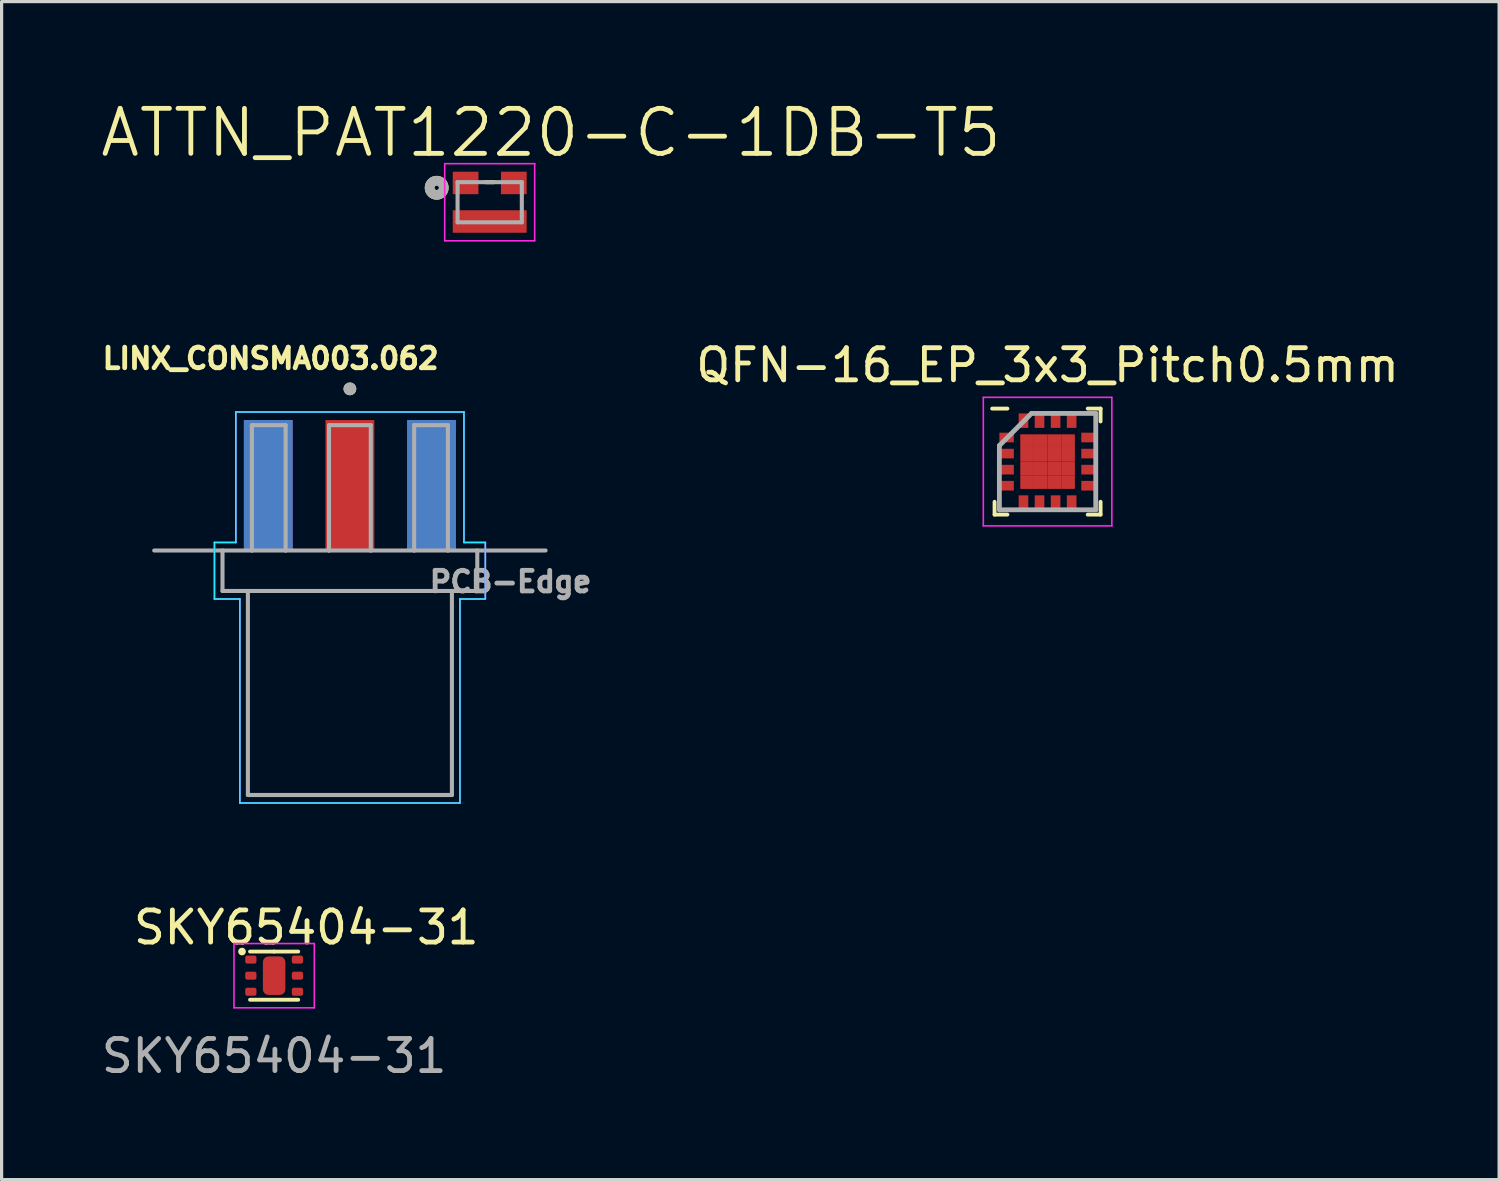
<source format=kicad_pcb>
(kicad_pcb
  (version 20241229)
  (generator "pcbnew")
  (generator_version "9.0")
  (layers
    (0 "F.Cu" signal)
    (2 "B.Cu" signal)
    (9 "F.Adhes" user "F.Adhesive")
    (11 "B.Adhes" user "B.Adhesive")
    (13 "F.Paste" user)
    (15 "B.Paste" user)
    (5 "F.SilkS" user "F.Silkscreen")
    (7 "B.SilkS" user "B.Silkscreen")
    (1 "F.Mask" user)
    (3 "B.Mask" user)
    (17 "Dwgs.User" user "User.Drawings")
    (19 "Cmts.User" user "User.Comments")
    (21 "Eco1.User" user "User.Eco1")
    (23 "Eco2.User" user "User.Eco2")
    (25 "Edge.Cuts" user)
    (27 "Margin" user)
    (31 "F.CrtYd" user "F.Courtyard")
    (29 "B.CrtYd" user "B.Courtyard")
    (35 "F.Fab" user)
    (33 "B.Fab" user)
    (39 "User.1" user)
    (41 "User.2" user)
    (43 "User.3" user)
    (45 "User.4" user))
  (footprint "LINX_CONSMA003.062"
    (layer "F.Cu")
    (at 7.84 14.083)
    (property "Reference" "LINX_CONSMA003.062" (at -2.468 -5.976 0) (layer "F.SilkS") (effects (font (size 0.64 0.64) (thickness 0.15))))
    (attr through_hole)
    (fp_circle (center 0 -5.03) (end 0.1 -5.03) (stroke (width 0.2) (type solid)) (fill no) (layer "F.SilkS"))
    (fp_line (start -4.215 -0.25) (end -4.215 1.51) (stroke (width 0.05) (type solid)) (layer "B.CrtYd"))
    (fp_line (start -4.215 1.51) (end -3.425 1.51) (stroke (width 0.05) (type solid)) (layer "B.CrtYd"))
    (fp_line (start -3.55 -4.31) (end -3.55 -0.25) (stroke (width 0.05) (type solid)) (layer "B.CrtYd"))
    (fp_line (start -3.55 -0.25) (end -4.215 -0.25) (stroke (width 0.05) (type solid)) (layer "B.CrtYd"))
    (fp_line (start -3.425 7.86) (end -3.425 1.51) (stroke (width 0.05) (type solid)) (layer "B.CrtYd"))
    (fp_line (start 3.425 1.51) (end 3.425 7.86) (stroke (width 0.05) (type solid)) (layer "B.CrtYd"))
    (fp_line (start 3.425 1.51) (end 4.215 1.51) (stroke (width 0.05) (type solid)) (layer "B.CrtYd"))
    (fp_line (start 3.425 7.86) (end -3.425 7.86) (stroke (width 0.05) (type solid)) (layer "B.CrtYd"))
    (fp_line (start 3.55 -4.31) (end -3.55 -4.31) (stroke (width 0.05) (type solid)) (layer "B.CrtYd"))
    (fp_line (start 3.55 -0.25) (end 3.55 -4.31) (stroke (width 0.05) (type solid)) (layer "B.CrtYd"))
    (fp_line (start 4.215 -0.25) (end 3.55 -0.25) (stroke (width 0.05) (type solid)) (layer "B.CrtYd"))
    (fp_line (start 4.215 1.51) (end 4.215 -0.25) (stroke (width 0.05) (type solid)) (layer "B.CrtYd"))
    (fp_line (start -4.215 -0.25) (end -4.215 1.51) (stroke (width 0.05) (type solid)) (layer "F.CrtYd"))
    (fp_line (start -4.215 1.51) (end -3.425 1.51) (stroke (width 0.05) (type solid)) (layer "F.CrtYd"))
    (fp_line (start -3.55 -4.31) (end -3.55 -0.25) (stroke (width 0.05) (type solid)) (layer "F.CrtYd"))
    (fp_line (start -3.55 -0.25) (end -4.215 -0.25) (stroke (width 0.05) (type solid)) (layer "F.CrtYd"))
    (fp_line (start -3.425 1.51) (end -3.425 7.86) (stroke (width 0.05) (type solid)) (layer "F.CrtYd"))
    (fp_line (start -3.425 7.86) (end 3.425 7.86) (stroke (width 0.05) (type solid)) (layer "F.CrtYd"))
    (fp_line (start 3.425 1.51) (end 4.215 1.51) (stroke (width 0.05) (type solid)) (layer "F.CrtYd"))
    (fp_line (start 3.425 7.86) (end 3.425 1.51) (stroke (width 0.05) (type solid)) (layer "F.CrtYd"))
    (fp_line (start 3.55 -4.31) (end -3.55 -4.31) (stroke (width 0.05) (type solid)) (layer "F.CrtYd"))
    (fp_line (start 3.55 -0.25) (end 3.55 -4.31) (stroke (width 0.05) (type solid)) (layer "F.CrtYd"))
    (fp_line (start 4.215 -0.25) (end 3.55 -0.25) (stroke (width 0.05) (type solid)) (layer "F.CrtYd"))
    (fp_line (start 4.215 1.51) (end 4.215 -0.25) (stroke (width 0.05) (type solid)) (layer "F.CrtYd"))
    (fp_line (start -6.09 0) (end -3.05 0) (stroke (width 0.127) (type solid)) (layer "F.Fab"))
    (fp_line (start -3.965 0) (end -3.965 1.26) (stroke (width 0.127) (type solid)) (layer "F.Fab"))
    (fp_line (start -3.965 1.26) (end -3.175 1.26) (stroke (width 0.127) (type solid)) (layer "F.Fab"))
    (fp_line (start -3.175 1.26) (end -3.175 7.61) (stroke (width 0.127) (type solid)) (layer "F.Fab"))
    (fp_line (start -3.175 1.26) (end 3.175 1.26) (stroke (width 0.127) (type solid)) (layer "F.Fab"))
    (fp_line (start -3.175 7.61) (end 3.175 7.61) (stroke (width 0.127) (type solid)) (layer "F.Fab"))
    (fp_line (start -3.05 -3.9) (end -3.05 0) (stroke (width 0.127) (type solid)) (layer "F.Fab"))
    (fp_line (start -3.05 0) (end -2 0) (stroke (width 0.127) (type solid)) (layer "F.Fab"))
    (fp_line (start -2 -3.9) (end -3.05 -3.9) (stroke (width 0.127) (type solid)) (layer "F.Fab"))
    (fp_line (start -2 0) (end -2 -3.9) (stroke (width 0.127) (type solid)) (layer "F.Fab"))
    (fp_line (start -2 0) (end -0.65 0) (stroke (width 0.127) (type solid)) (layer "F.Fab"))
    (fp_line (start -0.65 -3.9) (end 0.65 -3.9) (stroke (width 0.127) (type solid)) (layer "F.Fab"))
    (fp_line (start -0.65 0) (end -0.65 -3.9) (stroke (width 0.127) (type solid)) (layer "F.Fab"))
    (fp_line (start -0.65 0) (end 0.65 0) (stroke (width 0.127) (type solid)) (layer "F.Fab"))
    (fp_line (start 0.65 -3.9) (end 0.65 0) (stroke (width 0.127) (type solid)) (layer "F.Fab"))
    (fp_line (start 0.65 0) (end 2 0) (stroke (width 0.127) (type solid)) (layer "F.Fab"))
    (fp_line (start 2 -3.9) (end 3.05 -3.9) (stroke (width 0.127) (type solid)) (layer "F.Fab"))
    (fp_line (start 2 0) (end 2 -3.9) (stroke (width 0.127) (type solid)) (layer "F.Fab"))
    (fp_line (start 2 0) (end 3.05 0) (stroke (width 0.127) (type solid)) (layer "F.Fab"))
    (fp_line (start 3.05 -3.9) (end 3.05 0) (stroke (width 0.127) (type solid)) (layer "F.Fab"))
    (fp_line (start 3.05 0) (end 6.09 0) (stroke (width 0.127) (type solid)) (layer "F.Fab"))
    (fp_line (start 3.175 1.26) (end 3.965 1.26) (stroke (width 0.127) (type solid)) (layer "F.Fab"))
    (fp_line (start 3.175 7.61) (end 3.175 1.26) (stroke (width 0.127) (type solid)) (layer "F.Fab"))
    (fp_line (start 3.965 1.26) (end 3.965 0) (stroke (width 0.127) (type solid)) (layer "F.Fab"))
    (fp_circle (center 0 -5.03) (end 0.1 -5.03) (stroke (width 0.2) (type solid)) (fill no) (layer "F.Fab"))
    (fp_text user "PCB-Edge" (at 5 0.97 0) (layer "F.Fab") (effects (font (size 0.64 0.64) (thickness 0.15))))
    (pad "1" smd rect (at 0 -2.03) (size 1.52 4.06) (layers "F.Cu" "F.Mask" "F.Paste"))
    (pad "2" smd rect (at -2.54 -2.03) (size 1.52 4.06) (layers "F.Cu" "F.Mask" "F.Paste"))
    (pad "2" smd rect (at -2.54 -2.03) (size 1.52 4.06) (layers "B.Cu" "B.Mask" "B.Paste"))
    (pad "2" smd rect (at 2.54 -2.03) (size 1.52 4.06) (layers "F.Cu" "F.Mask" "F.Paste"))
    (pad "2" smd rect (at 2.54 -2.03) (size 1.52 4.06) (layers "B.Cu" "B.Mask" "B.Paste")))
  (footprint "QFN-16_EP_3x3_Pitch0.5mm"
    (layer "F.Cu")
    (at 29.554 11.317)
    (property "Reference" "QFN-16_EP_3x3_Pitch0.5mm" (at 0 -3 0) (layer "F.SilkS") (effects (font (size 1 1) (thickness 0.15))))
    (attr through_hole)
    (fp_line (start -1.65 1.65) (end -1.65 1.25) (stroke (width 0.12) (type solid)) (layer "F.SilkS"))
    (fp_line (start -1.25 -1.65) (end -1.725 -1.65) (stroke (width 0.12) (type solid)) (layer "F.SilkS"))
    (fp_line (start -1.25 1.65) (end -1.65 1.65) (stroke (width 0.12) (type solid)) (layer "F.SilkS"))
    (fp_line (start 1.25 -1.65) (end 1.65 -1.65) (stroke (width 0.12) (type solid)) (layer "F.SilkS"))
    (fp_line (start 1.25 1.65) (end 1.65 1.65) (stroke (width 0.12) (type solid)) (layer "F.SilkS"))
    (fp_line (start 1.65 -1.65) (end 1.65 -1.25) (stroke (width 0.12) (type solid)) (layer "F.SilkS"))
    (fp_line (start 1.65 1.65) (end 1.65 1.25) (stroke (width 0.12) (type solid)) (layer "F.SilkS"))
    (fp_line (start -2 -2) (end 2 -2) (stroke (width 0.05) (type solid)) (layer "F.CrtYd"))
    (fp_line (start -2 2) (end -2 -2) (stroke (width 0.05) (type solid)) (layer "F.CrtYd"))
    (fp_line (start 2 -2) (end 2 2) (stroke (width 0.05) (type solid)) (layer "F.CrtYd"))
    (fp_line (start 2 2) (end -2 2) (stroke (width 0.05) (type solid)) (layer "F.CrtYd"))
    (fp_line (start -1.5 -0.5) (end -1.5 1.5) (stroke (width 0.15) (type solid)) (layer "F.Fab"))
    (fp_line (start -1.5 1.5) (end 1.5 1.5) (stroke (width 0.15) (type solid)) (layer "F.Fab"))
    (fp_line (start -0.5 -1.5) (end -1.5 -0.5) (stroke (width 0.15) (type solid)) (layer "F.Fab"))
    (fp_line (start 1.5 -1.5) (end -0.5 -1.5) (stroke (width 0.15) (type solid)) (layer "F.Fab"))
    (fp_line (start 1.5 1.5) (end 1.5 -1.5) (stroke (width 0.15) (type solid)) (layer "F.Fab"))
    (pad "1" smd rect (at -1.275 -0.75 90) (size 0.3 0.45) (layers "F.Cu" "F.Mask" "F.Paste"))
    (pad "2" smd rect (at -1.275 -0.25 90) (size 0.3 0.45) (layers "F.Cu" "F.Mask" "F.Paste"))
    (pad "3" smd rect (at -1.275 0.25 90) (size 0.3 0.45) (layers "F.Cu" "F.Mask" "F.Paste"))
    (pad "4" smd rect (at -1.275 0.75 90) (size 0.3 0.45) (layers "F.Cu" "F.Mask" "F.Paste"))
    (pad "5" smd rect (at -0.75 1.275) (size 0.3 0.45) (layers "F.Cu" "F.Mask" "F.Paste"))
    (pad "6" smd rect (at -0.25 1.275) (size 0.3 0.45) (layers "F.Cu" "F.Mask" "F.Paste"))
    (pad "7" smd rect (at 0.25 1.275) (size 0.3 0.45) (layers "F.Cu" "F.Mask" "F.Paste"))
    (pad "8" smd rect (at 0.75 1.275) (size 0.3 0.45) (layers "F.Cu" "F.Mask" "F.Paste"))
    (pad "9" smd rect (at 1.275 0.75 90) (size 0.3 0.45) (layers "F.Cu" "F.Mask" "F.Paste"))
    (pad "10" smd rect (at 1.275 0.25 90) (size 0.3 0.45) (layers "F.Cu" "F.Mask" "F.Paste"))
    (pad "11" smd rect (at 1.275 -0.25 90) (size 0.3 0.45) (layers "F.Cu" "F.Mask" "F.Paste"))
    (pad "12" smd rect (at 1.275 -0.75 90) (size 0.3 0.45) (layers "F.Cu" "F.Mask" "F.Paste"))
    (pad "13" smd rect (at 0.75 -1.275) (size 0.3 0.45) (layers "F.Cu" "F.Mask" "F.Paste"))
    (pad "14" smd rect (at 0.25 -1.275) (size 0.3 0.45) (layers "F.Cu" "F.Mask" "F.Paste"))
    (pad "15" smd rect (at -0.25 -1.275) (size 0.3 0.45) (layers "F.Cu" "F.Mask" "F.Paste"))
    (pad "16" smd rect (at -0.75 -1.275) (size 0.3 0.45) (layers "F.Cu" "F.Mask" "F.Paste"))
    (pad "17" smd rect (at -0.637 -0.637) (size 0.425 0.425) (layers "F.Cu" "F.Mask" "F.Paste"))
    (pad "17" smd rect (at -0.637 -0.212) (size 0.425 0.425) (layers "F.Cu" "F.Mask" "F.Paste"))
    (pad "17" smd rect (at -0.637 0.212) (size 0.425 0.425) (layers "F.Cu" "F.Mask" "F.Paste"))
    (pad "17" smd rect (at -0.637 0.637) (size 0.425 0.425) (layers "F.Cu" "F.Mask" "F.Paste"))
    (pad "17" smd rect (at -0.212 -0.637) (size 0.425 0.425) (layers "F.Cu" "F.Mask" "F.Paste"))
    (pad "17" smd rect (at -0.212 -0.212) (size 0.425 0.425) (layers "F.Cu" "F.Mask" "F.Paste"))
    (pad "17" smd rect (at -0.212 0.212) (size 0.425 0.425) (layers "F.Cu" "F.Mask" "F.Paste"))
    (pad "17" smd rect (at -0.212 0.637) (size 0.425 0.425) (layers "F.Cu" "F.Mask" "F.Paste"))
    (pad "17" smd rect (at 0.212 -0.637) (size 0.425 0.425) (layers "F.Cu" "F.Mask" "F.Paste"))
    (pad "17" smd rect (at 0.212 -0.212) (size 0.425 0.425) (layers "F.Cu" "F.Mask" "F.Paste"))
    (pad "17" smd rect (at 0.212 0.212) (size 0.425 0.425) (layers "F.Cu" "F.Mask" "F.Paste"))
    (pad "17" smd rect (at 0.212 0.637) (size 0.425 0.425) (layers "F.Cu" "F.Mask" "F.Paste"))
    (pad "17" smd rect (at 0.637 -0.637) (size 0.425 0.425) (layers "F.Cu" "F.Mask" "F.Paste"))
    (pad "17" smd rect (at 0.637 -0.212) (size 0.425 0.425) (layers "F.Cu" "F.Mask" "F.Paste"))
    (pad "17" smd rect (at 0.637 0.212) (size 0.425 0.425) (layers "F.Cu" "F.Mask" "F.Paste"))
    (pad "17" smd rect (at 0.637 0.637) (size 0.425 0.425) (layers "F.Cu" "F.Mask" "F.Paste")))
  (footprint "ATTN_PAT1220-C-1DB-T5"
    (layer "F.Cu")
    (at 12.191 3.244)
    (property "Reference" "ATTN_PAT1220-C-1DB-T5" (at 1.907 -2.161 0) (layer "F.SilkS") (effects (font (size 1.401 1.401) (thickness 0.15))))
    (attr through_hole)
    (fp_line (start -0.13 -0.625) (end 0.13 -0.625) (stroke (width 0.127) (type solid)) (layer "F.SilkS"))
    (fp_circle (center -1.65 -0.45) (end -1.579 -0.45) (stroke (width 0.3) (type solid)) (fill no) (layer "F.SilkS"))
    (fp_line (start -1.4 -1.2) (end 1.4 -1.2) (stroke (width 0.05) (type solid)) (layer "F.CrtYd"))
    (fp_line (start -1.4 1.2) (end -1.4 -1.2) (stroke (width 0.05) (type solid)) (layer "F.CrtYd"))
    (fp_line (start 1.4 -1.2) (end 1.4 1.2) (stroke (width 0.05) (type solid)) (layer "F.CrtYd"))
    (fp_line (start 1.4 1.2) (end -1.4 1.2) (stroke (width 0.05) (type solid)) (layer "F.CrtYd"))
    (fp_line (start -1 -0.625) (end 1 -0.625) (stroke (width 0.127) (type solid)) (layer "F.Fab"))
    (fp_line (start -1 0.625) (end -1 -0.625) (stroke (width 0.127) (type solid)) (layer "F.Fab"))
    (fp_line (start 1 -0.625) (end 1 0.625) (stroke (width 0.127) (type solid)) (layer "F.Fab"))
    (fp_line (start 1 0.625) (end -1 0.625) (stroke (width 0.127) (type solid)) (layer "F.Fab"))
    (fp_circle (center -1.65 -0.45) (end -1.579 -0.45) (stroke (width 0.3) (type solid)) (fill no) (layer "F.Fab"))
    (pad "1" smd rect (at -0.75 -0.6) (size 0.8 0.7) (layers "F.Cu" "F.Mask" "F.Paste"))
    (pad "2" smd rect (at 0.75 -0.6) (size 0.8 0.7) (layers "F.Cu" "F.Mask" "F.Paste"))
    (pad "3" smd rect (at 0 0.6) (size 2.3 0.7) (layers "F.Cu" "F.Mask" "F.Paste")))
  (footprint "SKY65404-31"
    (layer "F.Cu")
    (at 5.482 27.316)
    (property "Reference" "SKY65404-31" (at 1 -1.5 0) (unlocked yes) (layer "F.SilkS") (effects (font (size 1 1) (thickness 0.15))))
    (attr smd)
    (fp_line (start -0.75 0.75) (end 0.75 0.75) (stroke (width 0.12) (type solid)) (layer "F.SilkS"))
    (fp_line (start 0 -0.75) (end -0.75 -0.75) (stroke (width 0.12) (type solid)) (layer "F.SilkS"))
    (fp_line (start 0 -0.75) (end 0.75 -0.75) (stroke (width 0.12) (type solid)) (layer "F.SilkS"))
    (fp_circle (center -1 -0.75) (end -1 -0.75) (stroke (width 0.12) (type solid)) (fill no) (layer "F.SilkS"))
    (fp_line (start -1.25 -1) (end -1.25 1) (stroke (width 0.05) (type solid)) (layer "F.CrtYd"))
    (fp_line (start -1.25 1) (end 1.25 1) (stroke (width 0.05) (type solid)) (layer "F.CrtYd"))
    (fp_line (start 1.25 -1) (end -1.25 -1) (stroke (width 0.05) (type solid)) (layer "F.CrtYd"))
    (fp_line (start 1.25 1) (end 1.25 -1) (stroke (width 0.05) (type solid)) (layer "F.CrtYd"))
    (fp_text user "${REFERENCE}" (at 0 2.5 0) (unlocked yes) (layer "F.Fab") (effects (font (size 1 1) (thickness 0.15))))
    (pad "1" smd roundrect (at -0.725 -0.5) (size 0.35 0.25) (layers "F.Cu" "F.Mask" "F.Paste") (roundrect_rratio 0.25))
    (pad "2" smd roundrect (at -0.725 0) (size 0.35 0.25) (layers "F.Cu" "F.Mask" "F.Paste") (roundrect_rratio 0.25))
    (pad "3" smd roundrect (at -0.725 0.5) (size 0.35 0.25) (layers "F.Cu" "F.Mask" "F.Paste") (roundrect_rratio 0.25))
    (pad "4" smd roundrect (at 0.725 0.5) (size 0.35 0.25) (layers "F.Cu" "F.Mask" "F.Paste") (roundrect_rratio 0.25))
    (pad "5" smd roundrect (at 0.725 0) (size 0.35 0.25) (layers "F.Cu" "F.Mask" "F.Paste") (roundrect_rratio 0.25))
    (pad "6" smd roundrect (at 0.725 -0.5) (size 0.35 0.25) (layers "F.Cu" "F.Mask" "F.Paste") (roundrect_rratio 0.25))
    (pad "7" smd roundrect (at 0 0) (size 0.7 1.2) (layers "F.Cu" "F.Mask" "F.Paste") (roundrect_rratio 0.25)))
  (gr_rect
    (start -3 -3)
    (end 43.608 33.664)
    (stroke (width 0.1) (type default))
    (fill no)
    (layer "Edge.Cuts")))
</source>
